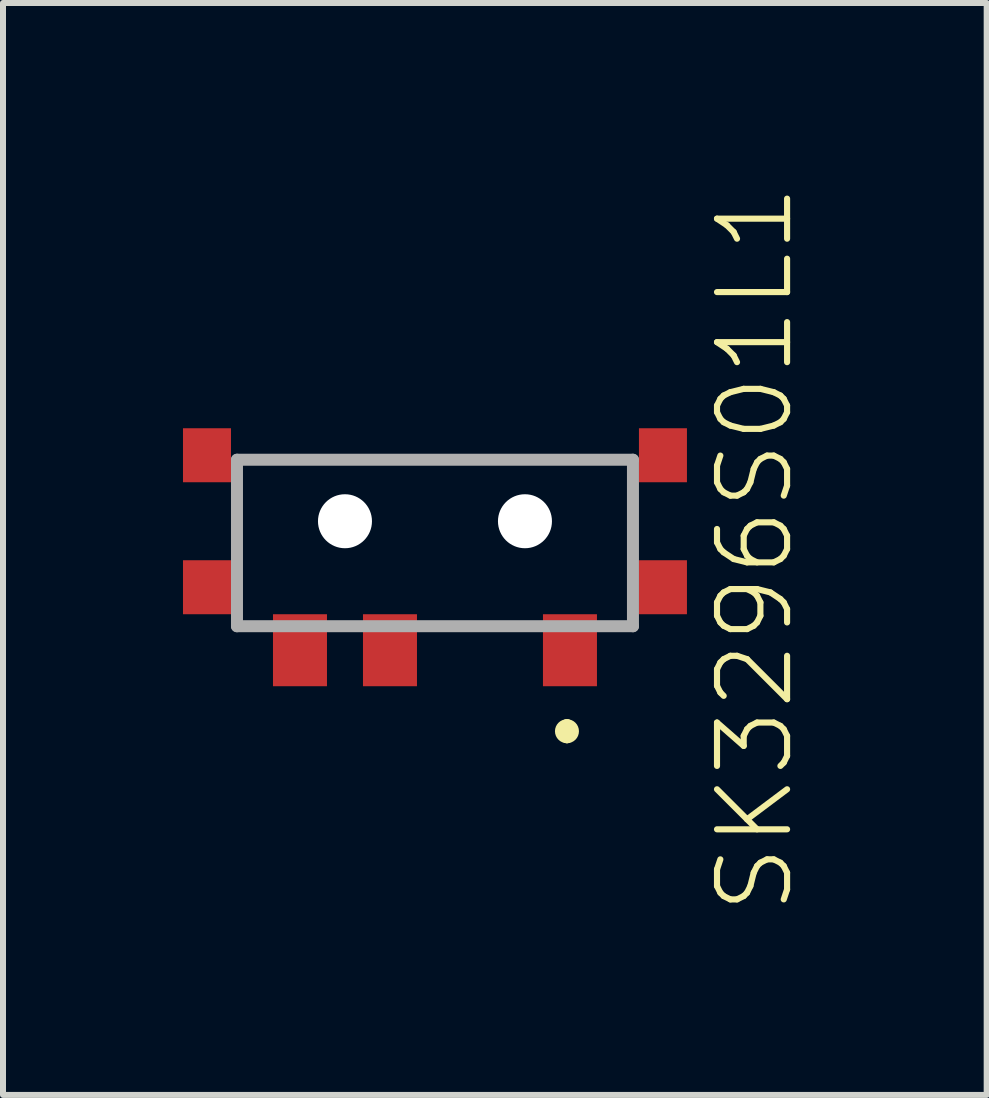
<source format=kicad_pcb>
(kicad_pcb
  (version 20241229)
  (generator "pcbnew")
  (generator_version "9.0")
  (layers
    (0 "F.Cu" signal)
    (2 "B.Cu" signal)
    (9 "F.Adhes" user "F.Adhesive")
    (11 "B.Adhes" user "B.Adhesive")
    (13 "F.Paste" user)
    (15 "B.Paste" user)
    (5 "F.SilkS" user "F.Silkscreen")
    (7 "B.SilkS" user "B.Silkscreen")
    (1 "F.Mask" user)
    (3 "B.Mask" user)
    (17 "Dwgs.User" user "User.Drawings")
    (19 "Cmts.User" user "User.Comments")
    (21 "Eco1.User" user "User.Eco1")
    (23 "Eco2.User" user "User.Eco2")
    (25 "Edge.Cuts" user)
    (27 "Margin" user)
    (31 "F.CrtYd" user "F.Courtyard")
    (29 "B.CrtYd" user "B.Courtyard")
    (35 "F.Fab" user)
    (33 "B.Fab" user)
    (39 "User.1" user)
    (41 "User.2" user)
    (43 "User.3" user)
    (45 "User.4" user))
  (footprint "SK3296S01L1"
    (layer "F.Cu")
    (at 4.2 6.888)
    (property "Reference" "SK3296S01L1" (at 5.334 -0.787 90) (layer "F.SilkS") (effects (font (size 1.168 1.168) (thickness 0.102))))
    (fp_line (start 2.2 2.15) (end 2.2 2.15) (stroke (width 0.2) (type solid)) (layer "F.SilkS"))
    (fp_line (start 2.2 2.35) (end 2.2 2.35) (stroke (width 0.2) (type solid)) (layer "F.SilkS"))
    (fp_line (start 2.75 -2.275) (end -2.75 -2.275) (stroke (width 0.1) (type solid)) (layer "F.SilkS"))
    (fp_arc (start 2.2 2.15) (mid 2.3 2.25) (end 2.2 2.35) (stroke (width 0.2) (type solid)) (layer "F.SilkS"))
    (fp_arc (start 2.2 2.35) (mid 2.1 2.25) (end 2.2 2.15) (stroke (width 0.2) (type solid)) (layer "F.SilkS"))
    (fp_line (start -3.3 -2.275) (end 3.3 -2.275) (stroke (width 0.2) (type solid)) (layer "F.Fab"))
    (fp_line (start -3.3 0.5) (end -3.3 -2.275) (stroke (width 0.2) (type solid)) (layer "F.Fab"))
    (fp_line (start 3.3 -2.275) (end 3.3 0.5) (stroke (width 0.2) (type solid)) (layer "F.Fab"))
    (fp_line (start 3.3 0.5) (end -3.3 0.5) (stroke (width 0.2) (type solid)) (layer "F.Fab"))
    (pad "" np_thru_hole circle (at -1.5 -1.25) (size 0.9 0.9) (drill 0.9) (layers "*.Cu" "*.Mask"))
    (pad "" np_thru_hole circle (at 1.5 -1.25) (size 0.9 0.9) (drill 0.9) (layers "*.Cu" "*.Mask"))
    (pad "1" smd rect (at 2.25 0.9 90) (size 1.2 0.9) (layers "F.Cu" "F.Mask" "F.Paste"))
    (pad "2" smd rect (at -0.75 0.9 90) (size 1.2 0.9) (layers "F.Cu" "F.Mask" "F.Paste"))
    (pad "3" smd rect (at -2.25 0.9 90) (size 1.2 0.9) (layers "F.Cu" "F.Mask" "F.Paste"))
    (pad "MP1" smd rect (at -3.8 -0.15 90) (size 0.9 0.8) (layers "F.Cu" "F.Mask" "F.Paste"))
    (pad "MP2" smd rect (at 3.8 -0.15 90) (size 0.9 0.8) (layers "F.Cu" "F.Mask" "F.Paste"))
    (pad "MP3" smd rect (at 3.8 -2.35 90) (size 0.9 0.8) (layers "F.Cu" "F.Mask" "F.Paste"))
    (pad "MP4" smd rect (at -3.8 -2.35 90) (size 0.9 0.8) (layers "F.Cu" "F.Mask" "F.Paste")))
  (gr_rect
    (start -3 -3)
    (end 13.396 15.2)
    (stroke (width 0.1) (type default))
    (fill no)
    (layer "Edge.Cuts")))
</source>
